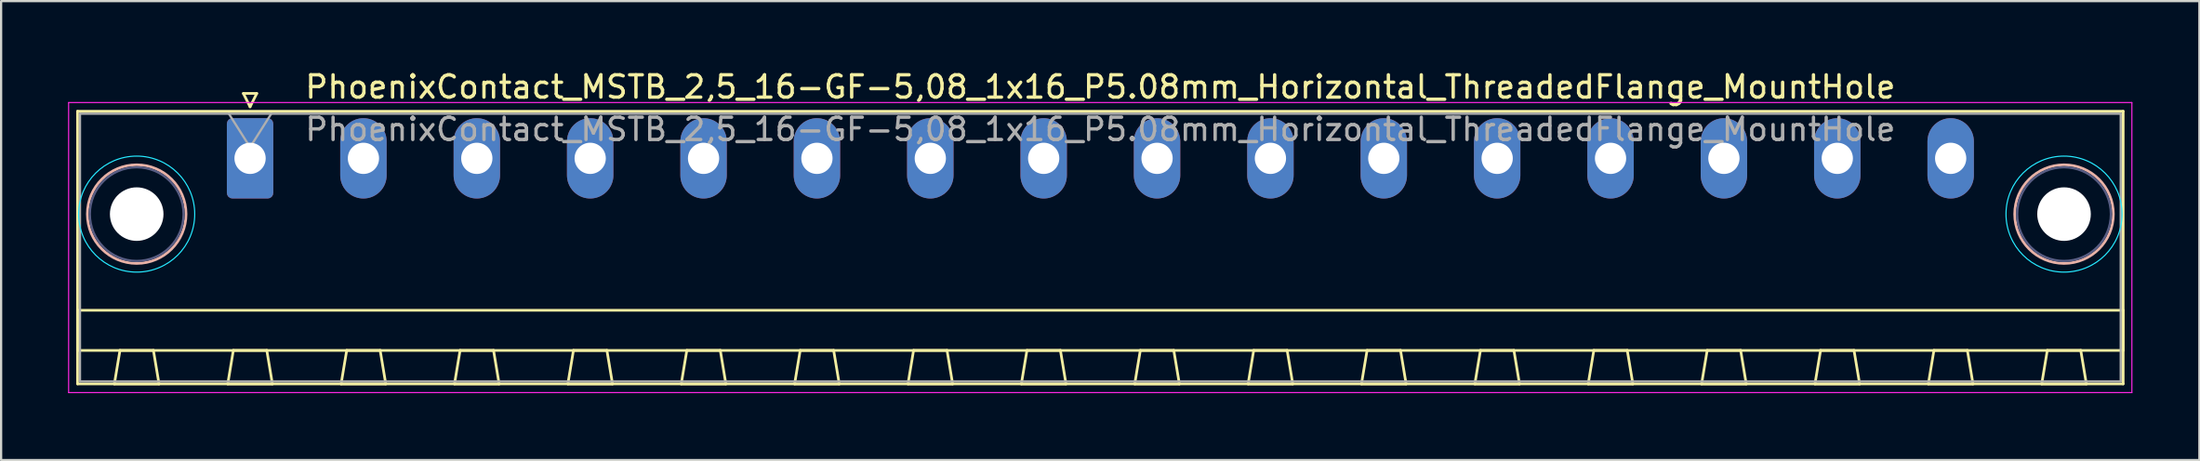
<source format=kicad_pcb>
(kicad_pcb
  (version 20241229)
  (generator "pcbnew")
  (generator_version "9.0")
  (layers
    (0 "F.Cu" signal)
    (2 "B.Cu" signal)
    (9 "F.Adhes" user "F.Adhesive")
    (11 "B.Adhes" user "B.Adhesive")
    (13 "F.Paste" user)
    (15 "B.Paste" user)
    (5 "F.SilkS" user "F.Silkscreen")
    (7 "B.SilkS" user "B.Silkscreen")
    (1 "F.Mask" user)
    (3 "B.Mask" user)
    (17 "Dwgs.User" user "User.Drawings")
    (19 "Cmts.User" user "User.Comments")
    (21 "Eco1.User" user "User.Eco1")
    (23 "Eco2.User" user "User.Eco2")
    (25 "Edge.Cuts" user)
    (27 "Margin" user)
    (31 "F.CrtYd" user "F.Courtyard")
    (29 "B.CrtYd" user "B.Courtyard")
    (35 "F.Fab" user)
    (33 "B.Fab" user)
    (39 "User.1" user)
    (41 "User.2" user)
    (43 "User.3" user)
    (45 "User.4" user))
  (footprint "PhoenixContact_MSTB_2,5_16-GF-5,08_1x16_P5.08mm_Horizontal_ThreadedFlange_MountHole"
    (layer "F.Cu")
    (at 8.155 4.048)
    (property "Reference" "PhoenixContact_MSTB_2,5_16-GF-5,08_1x16_P5.08mm_Horizontal_ThreadedFlange_MountHole" (at 38.1 -3.2 0) (layer "F.SilkS") (effects (font (size 1 1) (thickness 0.15))))
    (attr through_hole)
    (fp_line (start -7.73 -2.11) (end -7.73 10.11) (stroke (width 0.12) (type solid)) (layer "F.SilkS"))
    (fp_line (start -7.73 6.81) (end 83.93 6.81) (stroke (width 0.12) (type solid)) (layer "F.SilkS"))
    (fp_line (start -7.73 8.61) (end -7.73 6.81) (stroke (width 0.12) (type solid)) (layer "F.SilkS"))
    (fp_line (start -7.73 10.11) (end 83.93 10.11) (stroke (width 0.12) (type solid)) (layer "F.SilkS"))
    (fp_line (start -6.08 10.11) (end -4.08 10.11) (stroke (width 0.12) (type solid)) (layer "F.SilkS"))
    (fp_line (start -5.83 8.61) (end -6.08 10.11) (stroke (width 0.12) (type solid)) (layer "F.SilkS"))
    (fp_line (start -4.33 8.61) (end -5.83 8.61) (stroke (width 0.12) (type solid)) (layer "F.SilkS"))
    (fp_line (start -4.08 10.11) (end -4.33 8.61) (stroke (width 0.12) (type solid)) (layer "F.SilkS"))
    (fp_line (start -1 10.11) (end 1 10.11) (stroke (width 0.12) (type solid)) (layer "F.SilkS"))
    (fp_line (start -0.75 8.61) (end -1 10.11) (stroke (width 0.12) (type solid)) (layer "F.SilkS"))
    (fp_line (start -0.3 -2.91) (end 0.3 -2.91) (stroke (width 0.12) (type solid)) (layer "F.SilkS"))
    (fp_line (start 0 -2.31) (end -0.3 -2.91) (stroke (width 0.12) (type solid)) (layer "F.SilkS"))
    (fp_line (start 0.3 -2.91) (end 0 -2.31) (stroke (width 0.12) (type solid)) (layer "F.SilkS"))
    (fp_line (start 0.75 8.61) (end -0.75 8.61) (stroke (width 0.12) (type solid)) (layer "F.SilkS"))
    (fp_line (start 1 10.11) (end 0.75 8.61) (stroke (width 0.12) (type solid)) (layer "F.SilkS"))
    (fp_line (start 4.08 10.11) (end 6.08 10.11) (stroke (width 0.12) (type solid)) (layer "F.SilkS"))
    (fp_line (start 4.33 8.61) (end 4.08 10.11) (stroke (width 0.12) (type solid)) (layer "F.SilkS"))
    (fp_line (start 5.83 8.61) (end 4.33 8.61) (stroke (width 0.12) (type solid)) (layer "F.SilkS"))
    (fp_line (start 6.08 10.11) (end 5.83 8.61) (stroke (width 0.12) (type solid)) (layer "F.SilkS"))
    (fp_line (start 9.16 10.11) (end 11.16 10.11) (stroke (width 0.12) (type solid)) (layer "F.SilkS"))
    (fp_line (start 9.41 8.61) (end 9.16 10.11) (stroke (width 0.12) (type solid)) (layer "F.SilkS"))
    (fp_line (start 10.91 8.61) (end 9.41 8.61) (stroke (width 0.12) (type solid)) (layer "F.SilkS"))
    (fp_line (start 11.16 10.11) (end 10.91 8.61) (stroke (width 0.12) (type solid)) (layer "F.SilkS"))
    (fp_line (start 14.24 10.11) (end 16.24 10.11) (stroke (width 0.12) (type solid)) (layer "F.SilkS"))
    (fp_line (start 14.49 8.61) (end 14.24 10.11) (stroke (width 0.12) (type solid)) (layer "F.SilkS"))
    (fp_line (start 15.99 8.61) (end 14.49 8.61) (stroke (width 0.12) (type solid)) (layer "F.SilkS"))
    (fp_line (start 16.24 10.11) (end 15.99 8.61) (stroke (width 0.12) (type solid)) (layer "F.SilkS"))
    (fp_line (start 19.32 10.11) (end 21.32 10.11) (stroke (width 0.12) (type solid)) (layer "F.SilkS"))
    (fp_line (start 19.57 8.61) (end 19.32 10.11) (stroke (width 0.12) (type solid)) (layer "F.SilkS"))
    (fp_line (start 21.07 8.61) (end 19.57 8.61) (stroke (width 0.12) (type solid)) (layer "F.SilkS"))
    (fp_line (start 21.32 10.11) (end 21.07 8.61) (stroke (width 0.12) (type solid)) (layer "F.SilkS"))
    (fp_line (start 24.4 10.11) (end 26.4 10.11) (stroke (width 0.12) (type solid)) (layer "F.SilkS"))
    (fp_line (start 24.65 8.61) (end 24.4 10.11) (stroke (width 0.12) (type solid)) (layer "F.SilkS"))
    (fp_line (start 26.15 8.61) (end 24.65 8.61) (stroke (width 0.12) (type solid)) (layer "F.SilkS"))
    (fp_line (start 26.4 10.11) (end 26.15 8.61) (stroke (width 0.12) (type solid)) (layer "F.SilkS"))
    (fp_line (start 29.48 10.11) (end 31.48 10.11) (stroke (width 0.12) (type solid)) (layer "F.SilkS"))
    (fp_line (start 29.73 8.61) (end 29.48 10.11) (stroke (width 0.12) (type solid)) (layer "F.SilkS"))
    (fp_line (start 31.23 8.61) (end 29.73 8.61) (stroke (width 0.12) (type solid)) (layer "F.SilkS"))
    (fp_line (start 31.48 10.11) (end 31.23 8.61) (stroke (width 0.12) (type solid)) (layer "F.SilkS"))
    (fp_line (start 34.56 10.11) (end 36.56 10.11) (stroke (width 0.12) (type solid)) (layer "F.SilkS"))
    (fp_line (start 34.81 8.61) (end 34.56 10.11) (stroke (width 0.12) (type solid)) (layer "F.SilkS"))
    (fp_line (start 36.31 8.61) (end 34.81 8.61) (stroke (width 0.12) (type solid)) (layer "F.SilkS"))
    (fp_line (start 36.56 10.11) (end 36.31 8.61) (stroke (width 0.12) (type solid)) (layer "F.SilkS"))
    (fp_line (start 39.64 10.11) (end 41.64 10.11) (stroke (width 0.12) (type solid)) (layer "F.SilkS"))
    (fp_line (start 39.89 8.61) (end 39.64 10.11) (stroke (width 0.12) (type solid)) (layer "F.SilkS"))
    (fp_line (start 41.39 8.61) (end 39.89 8.61) (stroke (width 0.12) (type solid)) (layer "F.SilkS"))
    (fp_line (start 41.64 10.11) (end 41.39 8.61) (stroke (width 0.12) (type solid)) (layer "F.SilkS"))
    (fp_line (start 44.72 10.11) (end 46.72 10.11) (stroke (width 0.12) (type solid)) (layer "F.SilkS"))
    (fp_line (start 44.97 8.61) (end 44.72 10.11) (stroke (width 0.12) (type solid)) (layer "F.SilkS"))
    (fp_line (start 46.47 8.61) (end 44.97 8.61) (stroke (width 0.12) (type solid)) (layer "F.SilkS"))
    (fp_line (start 46.72 10.11) (end 46.47 8.61) (stroke (width 0.12) (type solid)) (layer "F.SilkS"))
    (fp_line (start 49.8 10.11) (end 51.8 10.11) (stroke (width 0.12) (type solid)) (layer "F.SilkS"))
    (fp_line (start 50.05 8.61) (end 49.8 10.11) (stroke (width 0.12) (type solid)) (layer "F.SilkS"))
    (fp_line (start 51.55 8.61) (end 50.05 8.61) (stroke (width 0.12) (type solid)) (layer "F.SilkS"))
    (fp_line (start 51.8 10.11) (end 51.55 8.61) (stroke (width 0.12) (type solid)) (layer "F.SilkS"))
    (fp_line (start 54.88 10.11) (end 56.88 10.11) (stroke (width 0.12) (type solid)) (layer "F.SilkS"))
    (fp_line (start 55.13 8.61) (end 54.88 10.11) (stroke (width 0.12) (type solid)) (layer "F.SilkS"))
    (fp_line (start 56.63 8.61) (end 55.13 8.61) (stroke (width 0.12) (type solid)) (layer "F.SilkS"))
    (fp_line (start 56.88 10.11) (end 56.63 8.61) (stroke (width 0.12) (type solid)) (layer "F.SilkS"))
    (fp_line (start 59.96 10.11) (end 61.96 10.11) (stroke (width 0.12) (type solid)) (layer "F.SilkS"))
    (fp_line (start 60.21 8.61) (end 59.96 10.11) (stroke (width 0.12) (type solid)) (layer "F.SilkS"))
    (fp_line (start 61.71 8.61) (end 60.21 8.61) (stroke (width 0.12) (type solid)) (layer "F.SilkS"))
    (fp_line (start 61.96 10.11) (end 61.71 8.61) (stroke (width 0.12) (type solid)) (layer "F.SilkS"))
    (fp_line (start 65.04 10.11) (end 67.04 10.11) (stroke (width 0.12) (type solid)) (layer "F.SilkS"))
    (fp_line (start 65.29 8.61) (end 65.04 10.11) (stroke (width 0.12) (type solid)) (layer "F.SilkS"))
    (fp_line (start 66.79 8.61) (end 65.29 8.61) (stroke (width 0.12) (type solid)) (layer "F.SilkS"))
    (fp_line (start 67.04 10.11) (end 66.79 8.61) (stroke (width 0.12) (type solid)) (layer "F.SilkS"))
    (fp_line (start 70.12 10.11) (end 72.12 10.11) (stroke (width 0.12) (type solid)) (layer "F.SilkS"))
    (fp_line (start 70.37 8.61) (end 70.12 10.11) (stroke (width 0.12) (type solid)) (layer "F.SilkS"))
    (fp_line (start 71.87 8.61) (end 70.37 8.61) (stroke (width 0.12) (type solid)) (layer "F.SilkS"))
    (fp_line (start 72.12 10.11) (end 71.87 8.61) (stroke (width 0.12) (type solid)) (layer "F.SilkS"))
    (fp_line (start 75.2 10.11) (end 77.2 10.11) (stroke (width 0.12) (type solid)) (layer "F.SilkS"))
    (fp_line (start 75.45 8.61) (end 75.2 10.11) (stroke (width 0.12) (type solid)) (layer "F.SilkS"))
    (fp_line (start 76.95 8.61) (end 75.45 8.61) (stroke (width 0.12) (type solid)) (layer "F.SilkS"))
    (fp_line (start 77.2 10.11) (end 76.95 8.61) (stroke (width 0.12) (type solid)) (layer "F.SilkS"))
    (fp_line (start 80.28 10.11) (end 82.28 10.11) (stroke (width 0.12) (type solid)) (layer "F.SilkS"))
    (fp_line (start 80.53 8.61) (end 80.28 10.11) (stroke (width 0.12) (type solid)) (layer "F.SilkS"))
    (fp_line (start 82.03 8.61) (end 80.53 8.61) (stroke (width 0.12) (type solid)) (layer "F.SilkS"))
    (fp_line (start 82.28 10.11) (end 82.03 8.61) (stroke (width 0.12) (type solid)) (layer "F.SilkS"))
    (fp_line (start 83.93 -2.11) (end -7.73 -2.11) (stroke (width 0.12) (type solid)) (layer "F.SilkS"))
    (fp_line (start 83.93 6.81) (end 83.93 8.61) (stroke (width 0.12) (type solid)) (layer "F.SilkS"))
    (fp_line (start 83.93 8.61) (end -7.73 8.61) (stroke (width 0.12) (type solid)) (layer "F.SilkS"))
    (fp_line (start 83.93 10.11) (end 83.93 -2.11) (stroke (width 0.12) (type solid)) (layer "F.SilkS"))
    (fp_circle (center -5.08 2.5) (end -2.87 2.5) (stroke (width 0.12) (type solid)) (fill no) (layer "B.SilkS"))
    (fp_circle (center 81.28 2.5) (end 83.49 2.5) (stroke (width 0.12) (type solid)) (fill no) (layer "B.SilkS"))
    (fp_circle (center -5.08 2.5) (end -2.48 2.5) (stroke (width 0.05) (type solid)) (fill no) (layer "B.CrtYd"))
    (fp_circle (center 81.28 2.5) (end 83.88 2.5) (stroke (width 0.05) (type solid)) (fill no) (layer "B.CrtYd"))
    (fp_line (start -8.13 -2.5) (end -8.13 10.5) (stroke (width 0.05) (type solid)) (layer "F.CrtYd"))
    (fp_line (start -8.13 10.5) (end 84.32 10.5) (stroke (width 0.05) (type solid)) (layer "F.CrtYd"))
    (fp_line (start 84.32 -2.5) (end -8.13 -2.5) (stroke (width 0.05) (type solid)) (layer "F.CrtYd"))
    (fp_line (start 84.32 10.5) (end 84.32 -2.5) (stroke (width 0.05) (type solid)) (layer "F.CrtYd"))
    (fp_circle (center -5.08 2.5) (end -2.98 2.5) (stroke (width 0.1) (type solid)) (fill no) (layer "B.Fab"))
    (fp_circle (center 81.28 2.5) (end 83.38 2.5) (stroke (width 0.1) (type solid)) (fill no) (layer "B.Fab"))
    (fp_line (start -7.62 -2) (end -7.62 10) (stroke (width 0.1) (type solid)) (layer "F.Fab"))
    (fp_line (start -7.62 10) (end 83.82 10) (stroke (width 0.1) (type solid)) (layer "F.Fab"))
    (fp_line (start 0 -0.5) (end -0.95 -2) (stroke (width 0.1) (type solid)) (layer "F.Fab"))
    (fp_line (start 0.95 -2) (end 0 -0.5) (stroke (width 0.1) (type solid)) (layer "F.Fab"))
    (fp_line (start 83.82 -2) (end -7.62 -2) (stroke (width 0.1) (type solid)) (layer "F.Fab"))
    (fp_line (start 83.82 10) (end 83.82 -2) (stroke (width 0.1) (type solid)) (layer "F.Fab"))
    (fp_text user "${REFERENCE}" (at 38.1 -1.3 0) (layer "F.Fab") (effects (font (size 1 1) (thickness 0.15))))
    (pad "" np_thru_hole circle (at -5.08 2.5) (size 2.4 2.4) (drill 2.4) (layers "*.Cu" "*.Mask"))
    (pad "" np_thru_hole circle (at 81.28 2.5) (size 2.4 2.4) (drill 2.4) (layers "*.Cu" "*.Mask"))
    (pad "1" thru_hole roundrect (at 0 0) (size 2.08 3.6) (drill 1.4) (layers "*.Cu" "*.Mask") (roundrect_rratio 0.12))
    (pad "2" thru_hole oval (at 5.08 0) (size 2.08 3.6) (drill 1.4) (layers "*.Cu" "*.Mask"))
    (pad "3" thru_hole oval (at 10.16 0) (size 2.08 3.6) (drill 1.4) (layers "*.Cu" "*.Mask"))
    (pad "4" thru_hole oval (at 15.24 0) (size 2.08 3.6) (drill 1.4) (layers "*.Cu" "*.Mask"))
    (pad "5" thru_hole oval (at 20.32 0) (size 2.08 3.6) (drill 1.4) (layers "*.Cu" "*.Mask"))
    (pad "6" thru_hole oval (at 25.4 0) (size 2.08 3.6) (drill 1.4) (layers "*.Cu" "*.Mask"))
    (pad "7" thru_hole oval (at 30.48 0) (size 2.08 3.6) (drill 1.4) (layers "*.Cu" "*.Mask"))
    (pad "8" thru_hole oval (at 35.56 0) (size 2.08 3.6) (drill 1.4) (layers "*.Cu" "*.Mask"))
    (pad "9" thru_hole oval (at 40.64 0) (size 2.08 3.6) (drill 1.4) (layers "*.Cu" "*.Mask"))
    (pad "10" thru_hole oval (at 45.72 0) (size 2.08 3.6) (drill 1.4) (layers "*.Cu" "*.Mask"))
    (pad "11" thru_hole oval (at 50.8 0) (size 2.08 3.6) (drill 1.4) (layers "*.Cu" "*.Mask"))
    (pad "12" thru_hole oval (at 55.88 0) (size 2.08 3.6) (drill 1.4) (layers "*.Cu" "*.Mask"))
    (pad "13" thru_hole oval (at 60.96 0) (size 2.08 3.6) (drill 1.4) (layers "*.Cu" "*.Mask"))
    (pad "14" thru_hole oval (at 66.04 0) (size 2.08 3.6) (drill 1.4) (layers "*.Cu" "*.Mask"))
    (pad "15" thru_hole oval (at 71.12 0) (size 2.08 3.6) (drill 1.4) (layers "*.Cu" "*.Mask"))
    (pad "16" thru_hole oval (at 76.2 0) (size 2.08 3.6) (drill 1.4) (layers "*.Cu" "*.Mask")))
  (gr_rect
    (start -3 -3)
    (end 95.5 17.573)
    (stroke (width 0.1) (type default))
    (fill no)
    (layer "Edge.Cuts")))
</source>
